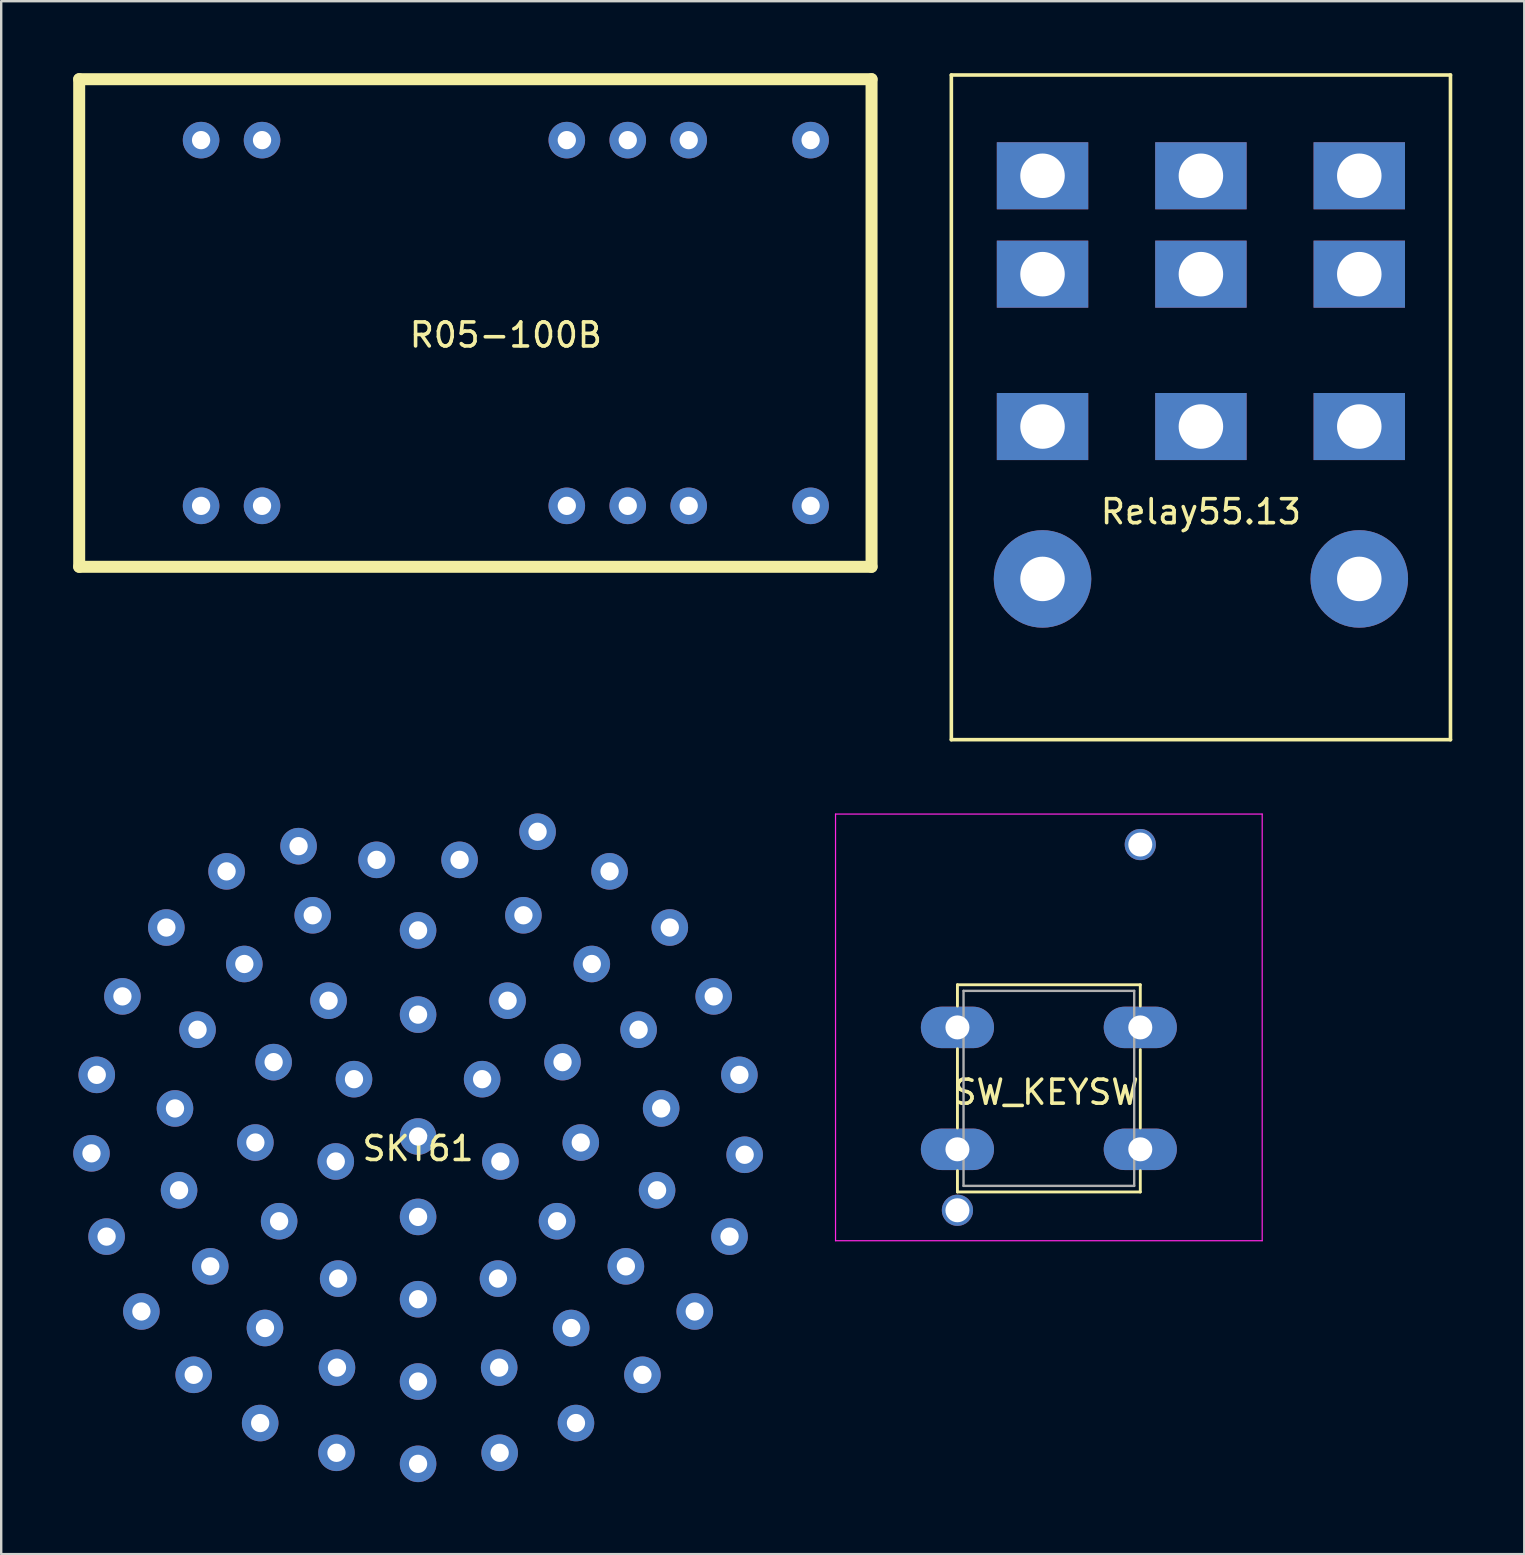
<source format=kicad_pcb>
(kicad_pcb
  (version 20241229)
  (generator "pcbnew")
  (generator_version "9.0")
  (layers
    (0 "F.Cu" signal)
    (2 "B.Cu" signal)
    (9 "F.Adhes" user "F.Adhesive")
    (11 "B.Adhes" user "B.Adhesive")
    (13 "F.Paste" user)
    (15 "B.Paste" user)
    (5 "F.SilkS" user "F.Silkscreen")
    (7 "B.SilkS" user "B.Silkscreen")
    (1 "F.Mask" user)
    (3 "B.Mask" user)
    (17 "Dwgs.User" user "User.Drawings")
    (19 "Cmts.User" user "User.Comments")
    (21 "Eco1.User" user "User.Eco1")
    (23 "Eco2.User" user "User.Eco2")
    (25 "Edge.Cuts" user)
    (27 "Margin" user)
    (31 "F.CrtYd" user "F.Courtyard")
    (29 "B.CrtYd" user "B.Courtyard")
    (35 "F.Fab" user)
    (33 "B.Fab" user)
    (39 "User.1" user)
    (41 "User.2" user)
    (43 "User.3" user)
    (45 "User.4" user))
  (footprint "SW_KEYSW"
    (layer "F.Cu")
    (at 36.849 39.765)
    (property "Reference" "SW_KEYSW" (at 3.7 2.7 0) (layer "F.SilkS") (effects (font (size 1 1) (thickness 0.15))))
    (attr through_hole)
    (fp_line (start 0 -1.778) (end 7.62 -1.778) (stroke (width 0.12) (type solid)) (layer "F.SilkS"))
    (fp_line (start 0 -0.889) (end 0 -1.778) (stroke (width 0.12) (type solid)) (layer "F.SilkS"))
    (fp_line (start 0 4.191) (end 0 0.889) (stroke (width 0.12) (type solid)) (layer "F.SilkS"))
    (fp_line (start 0 6.858) (end 0 5.969) (stroke (width 0.12) (type solid)) (layer "F.SilkS"))
    (fp_line (start 7.62 -1.778) (end 7.62 -0.889) (stroke (width 0.12) (type solid)) (layer "F.SilkS"))
    (fp_line (start 7.62 0.924) (end 7.62 4.191) (stroke (width 0.12) (type solid)) (layer "F.SilkS"))
    (fp_line (start 7.62 5.969) (end 7.62 6.858) (stroke (width 0.12) (type solid)) (layer "F.SilkS"))
    (fp_line (start 7.62 6.858) (end 0 6.858) (stroke (width 0.12) (type solid)) (layer "F.SilkS"))
    (fp_line (start -5.08 -8.89) (end -5.08 8.89) (stroke (width 0.05) (type solid)) (layer "F.CrtYd"))
    (fp_line (start -5.08 -8.89) (end 12.7 -8.89) (stroke (width 0.051) (type solid)) (layer "F.CrtYd"))
    (fp_line (start 12.7 8.89) (end -5.08 8.89) (stroke (width 0.05) (type solid)) (layer "F.CrtYd"))
    (fp_line (start 12.7 8.89) (end 12.7 -8.89) (stroke (width 0.05) (type solid)) (layer "F.CrtYd"))
    (fp_line (start 0.254 -1.524) (end 0.254 6.604) (stroke (width 0.1) (type solid)) (layer "F.Fab"))
    (fp_line (start 0.254 -1.524) (end 7.366 -1.524) (stroke (width 0.1) (type solid)) (layer "F.Fab"))
    (fp_line (start 0.254 6.604) (end 7.366 6.604) (stroke (width 0.1) (type solid)) (layer "F.Fab"))
    (fp_line (start 7.366 -1.524) (end 7.366 6.604) (stroke (width 0.1) (type solid)) (layer "F.Fab"))
    (pad "0" thru_hole oval (at 0 0) (size 3.048 1.727) (drill 1) (layers "*.Cu" "*.Mask"))
    (pad "0" thru_hole oval (at 7.62 0) (size 3.048 1.727) (drill 1) (layers "*.Cu" "*.Mask"))
    (pad "1" thru_hole oval (at 0 5.08) (size 3.048 1.727) (drill 1) (layers "*.Cu" "*.Mask"))
    (pad "2" thru_hole oval (at 7.62 5.08) (size 3.048 1.727) (drill 1) (layers "*.Cu" "*.Mask"))
    (pad "3" thru_hole circle (at 0 7.62) (size 1.3 1.3) (drill 1) (layers "*.Cu" "*.Mask"))
    (pad "4" thru_hole circle (at 7.62 -7.62) (size 1.3 1.3) (drill 1) (layers "*.Cu" "*.Mask")))
  (footprint "SKT61"
    (layer "F.Cu")
    (at 14.372 44.312)
    (property "Reference" "SKT61" (at 0 0.5 0) (layer "F.SilkS") (effects (font (size 1 1) (thickness 0.15))))
    (attr through_hole)
    (pad "1" thru_hole circle (at 4.98 -12.7) (size 1.524 1.524) (drill 0.762) (layers "*.Cu" "*.Mask"))
    (pad "2" thru_hole circle (at 7.98 -11.05) (size 1.524 1.524) (drill 0.762) (layers "*.Cu" "*.Mask"))
    (pad "3" thru_hole circle (at 10.49 -8.71) (size 1.524 1.524) (drill 0.762) (layers "*.Cu" "*.Mask"))
    (pad "4" thru_hole circle (at 12.32 -5.84) (size 1.524 1.524) (drill 0.762) (layers "*.Cu" "*.Mask"))
    (pad "5" thru_hole circle (at 13.39 -2.57) (size 1.524 1.524) (drill 0.762) (layers "*.Cu" "*.Mask"))
    (pad "6" thru_hole circle (at 13.61 0.76) (size 1.524 1.524) (drill 0.762) (layers "*.Cu" "*.Mask"))
    (pad "7" thru_hole circle (at 12.98 4.17) (size 1.524 1.524) (drill 0.762) (layers "*.Cu" "*.Mask"))
    (pad "8" thru_hole circle (at 11.53 7.29) (size 1.524 1.524) (drill 0.762) (layers "*.Cu" "*.Mask"))
    (pad "9" thru_hole circle (at 9.35 9.93) (size 1.524 1.524) (drill 0.762) (layers "*.Cu" "*.Mask"))
    (pad "10" thru_hole circle (at 6.58 11.94) (size 1.524 1.524) (drill 0.762) (layers "*.Cu" "*.Mask"))
    (pad "11" thru_hole circle (at 3.4 13.18) (size 1.524 1.524) (drill 0.762) (layers "*.Cu" "*.Mask"))
    (pad "12" thru_hole circle (at 0 13.64) (size 1.524 1.524) (drill 0.762) (layers "*.Cu" "*.Mask"))
    (pad "13" thru_hole circle (at -3.4 13.18) (size 1.524 1.524) (drill 0.762) (layers "*.Cu" "*.Mask"))
    (pad "14" thru_hole circle (at -6.58 11.94) (size 1.524 1.524) (drill 0.762) (layers "*.Cu" "*.Mask"))
    (pad "15" thru_hole circle (at -9.35 9.93) (size 1.524 1.524) (drill 0.762) (layers "*.Cu" "*.Mask"))
    (pad "16" thru_hole circle (at -11.53 7.29) (size 1.524 1.524) (drill 0.762) (layers "*.Cu" "*.Mask"))
    (pad "17" thru_hole circle (at -12.98 4.17) (size 1.524 1.524) (drill 0.762) (layers "*.Cu" "*.Mask"))
    (pad "18" thru_hole circle (at -13.61 0.7) (size 1.524 1.524) (drill 0.762) (layers "*.Cu" "*.Mask"))
    (pad "19" thru_hole circle (at -13.39 -2.57) (size 1.524 1.524) (drill 0.762) (layers "*.Cu" "*.Mask"))
    (pad "20" thru_hole circle (at -12.32 -5.84) (size 1.524 1.524) (drill 0.762) (layers "*.Cu" "*.Mask"))
    (pad "21" thru_hole circle (at -10.49 -8.71) (size 1.524 1.524) (drill 0.762) (layers "*.Cu" "*.Mask"))
    (pad "22" thru_hole circle (at -7.98 -11.05) (size 1.524 1.524) (drill 0.762) (layers "*.Cu" "*.Mask"))
    (pad "23" thru_hole circle (at -4.98 -12.1) (size 1.524 1.524) (drill 0.762) (layers "*.Cu" "*.Mask"))
    (pad "24" thru_hole circle (at -1.73 -11.53) (size 1.524 1.524) (drill 0.762) (layers "*.Cu" "*.Mask"))
    (pad "25" thru_hole circle (at 1.73 -11.53) (size 1.524 1.524) (drill 0.762) (layers "*.Cu" "*.Mask"))
    (pad "26" thru_hole circle (at 4.39 -9.22) (size 1.524 1.524) (drill 0.762) (layers "*.Cu" "*.Mask"))
    (pad "27" thru_hole circle (at 7.24 -7.19) (size 1.524 1.524) (drill 0.762) (layers "*.Cu" "*.Mask"))
    (pad "28" thru_hole circle (at 9.19 -4.45) (size 1.524 1.524) (drill 0.762) (layers "*.Cu" "*.Mask"))
    (pad "29" thru_hole circle (at 10.13 -1.17) (size 1.524 1.524) (drill 0.762) (layers "*.Cu" "*.Mask"))
    (pad "30" thru_hole circle (at 9.96 2.24) (size 1.524 1.524) (drill 0.762) (layers "*.Cu" "*.Mask"))
    (pad "31" thru_hole circle (at 8.66 5.41) (size 1.524 1.524) (drill 0.762) (layers "*.Cu" "*.Mask"))
    (pad "32" thru_hole circle (at 6.38 7.98) (size 1.524 1.524) (drill 0.762) (layers "*.Cu" "*.Mask"))
    (pad "33" thru_hole circle (at 3.38 9.63) (size 1.524 1.524) (drill 0.762) (layers "*.Cu" "*.Mask"))
    (pad "34" thru_hole circle (at 0 10.21) (size 1.524 1.524) (drill 0.762) (layers "*.Cu" "*.Mask"))
    (pad "35" thru_hole circle (at -3.38 9.63) (size 1.524 1.524) (drill 0.762) (layers "*.Cu" "*.Mask"))
    (pad "36" thru_hole circle (at -6.38 7.98) (size 1.524 1.524) (drill 0.762) (layers "*.Cu" "*.Mask"))
    (pad "37" thru_hole circle (at -8.66 5.41) (size 1.524 1.524) (drill 0.762) (layers "*.Cu" "*.Mask"))
    (pad "38" thru_hole circle (at -9.96 2.24) (size 1.524 1.524) (drill 0.762) (layers "*.Cu" "*.Mask"))
    (pad "39" thru_hole circle (at -10.13 -1.17) (size 1.524 1.524) (drill 0.762) (layers "*.Cu" "*.Mask"))
    (pad "40" thru_hole circle (at -9.19 -4.45) (size 1.524 1.524) (drill 0.762) (layers "*.Cu" "*.Mask"))
    (pad "41" thru_hole circle (at -7.24 -7.19) (size 1.524 1.524) (drill 0.762) (layers "*.Cu" "*.Mask"))
    (pad "42" thru_hole circle (at -4.39 -9.22) (size 1.524 1.524) (drill 0.762) (layers "*.Cu" "*.Mask"))
    (pad "43" thru_hole circle (at 0 -8.59) (size 1.524 1.524) (drill 0.762) (layers "*.Cu" "*.Mask"))
    (pad "44" thru_hole circle (at 3.73 -5.66) (size 1.524 1.524) (drill 0.762) (layers "*.Cu" "*.Mask"))
    (pad "45" thru_hole circle (at 6.02 -3.1) (size 1.524 1.524) (drill 0.762) (layers "*.Cu" "*.Mask"))
    (pad "46" thru_hole circle (at 6.78 0.25) (size 1.524 1.524) (drill 0.762) (layers "*.Cu" "*.Mask"))
    (pad "47" thru_hole circle (at 5.79 3.53) (size 1.524 1.524) (drill 0.762) (layers "*.Cu" "*.Mask"))
    (pad "48" thru_hole circle (at 3.33 5.92) (size 1.524 1.524) (drill 0.762) (layers "*.Cu" "*.Mask"))
    (pad "49" thru_hole circle (at 0 6.78) (size 1.524 1.524) (drill 0.762) (layers "*.Cu" "*.Mask"))
    (pad "50" thru_hole circle (at -3.33 5.92) (size 1.524 1.524) (drill 0.762) (layers "*.Cu" "*.Mask"))
    (pad "51" thru_hole circle (at -5.79 3.53) (size 1.524 1.524) (drill 0.762) (layers "*.Cu" "*.Mask"))
    (pad "52" thru_hole circle (at -6.78 0.25) (size 1.524 1.524) (drill 0.762) (layers "*.Cu" "*.Mask"))
    (pad "53" thru_hole circle (at -6.02 -3.1) (size 1.524 1.524) (drill 0.762) (layers "*.Cu" "*.Mask"))
    (pad "54" thru_hole circle (at -3.73 -5.66) (size 1.524 1.524) (drill 0.762) (layers "*.Cu" "*.Mask"))
    (pad "55" thru_hole circle (at 0 -5.08) (size 1.524 1.524) (drill 0.762) (layers "*.Cu" "*.Mask"))
    (pad "56" thru_hole circle (at 2.67 -2.39) (size 1.524 1.524) (drill 0.762) (layers "*.Cu" "*.Mask"))
    (pad "57" thru_hole circle (at 3.43 1.04) (size 1.524 1.524) (drill 0.762) (layers "*.Cu" "*.Mask"))
    (pad "58" thru_hole circle (at 0 3.35) (size 1.524 1.524) (drill 0.762) (layers "*.Cu" "*.Mask"))
    (pad "59" thru_hole circle (at -3.43 1.04) (size 1.524 1.524) (drill 0.762) (layers "*.Cu" "*.Mask"))
    (pad "60" thru_hole circle (at -2.67 -2.39) (size 1.524 1.524) (drill 0.762) (layers "*.Cu" "*.Mask"))
    (pad "61" thru_hole circle (at 0 0) (size 1.524 1.524) (drill 0.762) (layers "*.Cu" "*.Mask")))
  (footprint "R05-100B"
    (layer "F.Cu")
    (at 18.03 10.41)
    (property "Reference" "R05-100B" (at 0 0.5 0) (layer "F.SilkS") (effects (font (size 1 1) (thickness 0.15))))
    (attr through_hole)
    (fp_line (start -17.78 -10.16) (end 15.24 -10.16) (stroke (width 0.5) (type solid)) (layer "F.SilkS"))
    (fp_line (start -17.78 10.16) (end -17.78 -10.16) (stroke (width 0.5) (type solid)) (layer "F.SilkS"))
    (fp_line (start 15.24 -10.16) (end 15.24 10.16) (stroke (width 0.5) (type solid)) (layer "F.SilkS"))
    (fp_line (start 15.24 10.16) (end -17.78 10.16) (stroke (width 0.5) (type solid)) (layer "F.SilkS"))
    (pad "2" thru_hole circle (at -12.7 7.62) (size 1.524 1.524) (drill 0.762) (layers "*.Cu" "*.Mask"))
    (pad "3" thru_hole circle (at -10.16 7.62) (size 1.524 1.524) (drill 0.762) (layers "*.Cu" "*.Mask"))
    (pad "8" thru_hole circle (at 2.54 7.62) (size 1.524 1.524) (drill 0.762) (layers "*.Cu" "*.Mask"))
    (pad "9" thru_hole circle (at 5.08 7.62) (size 1.524 1.524) (drill 0.762) (layers "*.Cu" "*.Mask"))
    (pad "10" thru_hole circle (at 7.62 7.62) (size 1.524 1.524) (drill 0.762) (layers "*.Cu" "*.Mask"))
    (pad "12" thru_hole circle (at 12.7 7.62) (size 1.524 1.524) (drill 0.762) (layers "*.Cu" "*.Mask"))
    (pad "13" thru_hole circle (at 12.7 -7.62) (size 1.524 1.524) (drill 0.762) (layers "*.Cu" "*.Mask"))
    (pad "15" thru_hole circle (at 7.62 -7.62) (size 1.524 1.524) (drill 0.762) (layers "*.Cu" "*.Mask"))
    (pad "16" thru_hole circle (at 5.08 -7.62) (size 1.524 1.524) (drill 0.762) (layers "*.Cu" "*.Mask"))
    (pad "17" thru_hole circle (at 2.54 -7.62) (size 1.524 1.524) (drill 0.762) (layers "*.Cu" "*.Mask"))
    (pad "22" thru_hole circle (at -10.16 -7.62) (size 1.524 1.524) (drill 0.762) (layers "*.Cu" "*.Mask"))
    (pad "23" thru_hole circle (at -12.7 -7.62) (size 1.524 1.524) (drill 0.762) (layers "*.Cu" "*.Mask")))
  (footprint "Relay55.13"
    (layer "F.Cu")
    (at 40.395 4.275)
    (property "Reference" "Relay55.13" (at 6.6 14 0) (layer "F.SilkS") (effects (font (size 1 1) (thickness 0.15))))
    (attr through_hole)
    (fp_line (start -3.8 -4.2) (end -3.8 23.5) (stroke (width 0.15) (type solid)) (layer "F.SilkS"))
    (fp_line (start -3.8 -4.2) (end 17 -4.2) (stroke (width 0.15) (type solid)) (layer "F.SilkS"))
    (fp_line (start -3.8 23.5) (end 17 23.5) (stroke (width 0.15) (type solid)) (layer "F.SilkS"))
    (fp_line (start 17 -4.2) (end 17 23.5) (stroke (width 0.15) (type solid)) (layer "F.SilkS"))
    (pad "1" thru_hole rect (at 0 0) (size 3.81 2.794) (drill 1.854) (layers "*.Cu" "*.Mask"))
    (pad "2" thru_hole rect (at 6.6 0) (size 3.81 2.794) (drill 1.854) (layers "*.Cu" "*.Mask"))
    (pad "3" thru_hole rect (at 13.2 0) (size 3.81 2.794) (drill 1.854) (layers "*.Cu" "*.Mask"))
    (pad "4" thru_hole rect (at 0 4.1) (size 3.81 2.794) (drill 1.854) (layers "*.Cu" "*.Mask"))
    (pad "5" thru_hole rect (at 6.6 4.1) (size 3.81 2.794) (drill 1.854) (layers "*.Cu" "*.Mask"))
    (pad "6" thru_hole rect (at 13.2 4.1) (size 3.81 2.794) (drill 1.854) (layers "*.Cu" "*.Mask"))
    (pad "7" thru_hole rect (at 0 10.45) (size 3.81 2.794) (drill 1.854) (layers "*.Cu" "*.Mask"))
    (pad "8" thru_hole rect (at 6.6 10.45) (size 3.81 2.794) (drill 1.854) (layers "*.Cu" "*.Mask"))
    (pad "9" thru_hole rect (at 13.2 10.45) (size 3.81 2.794) (drill 1.854) (layers "*.Cu" "*.Mask"))
    (pad "13" thru_hole circle (at 0 16.8) (size 4.064 4.064) (drill 1.854) (layers "*.Cu" "*.Mask"))
    (pad "14" thru_hole circle (at 13.2 16.8) (size 4.064 4.064) (drill 1.854) (layers "*.Cu" "*.Mask")))
  (gr_rect
    (start -3 -3)
    (end 60.47 61.714)
    (stroke (width 0.1) (type default))
    (fill no)
    (layer "Edge.Cuts")))
</source>
